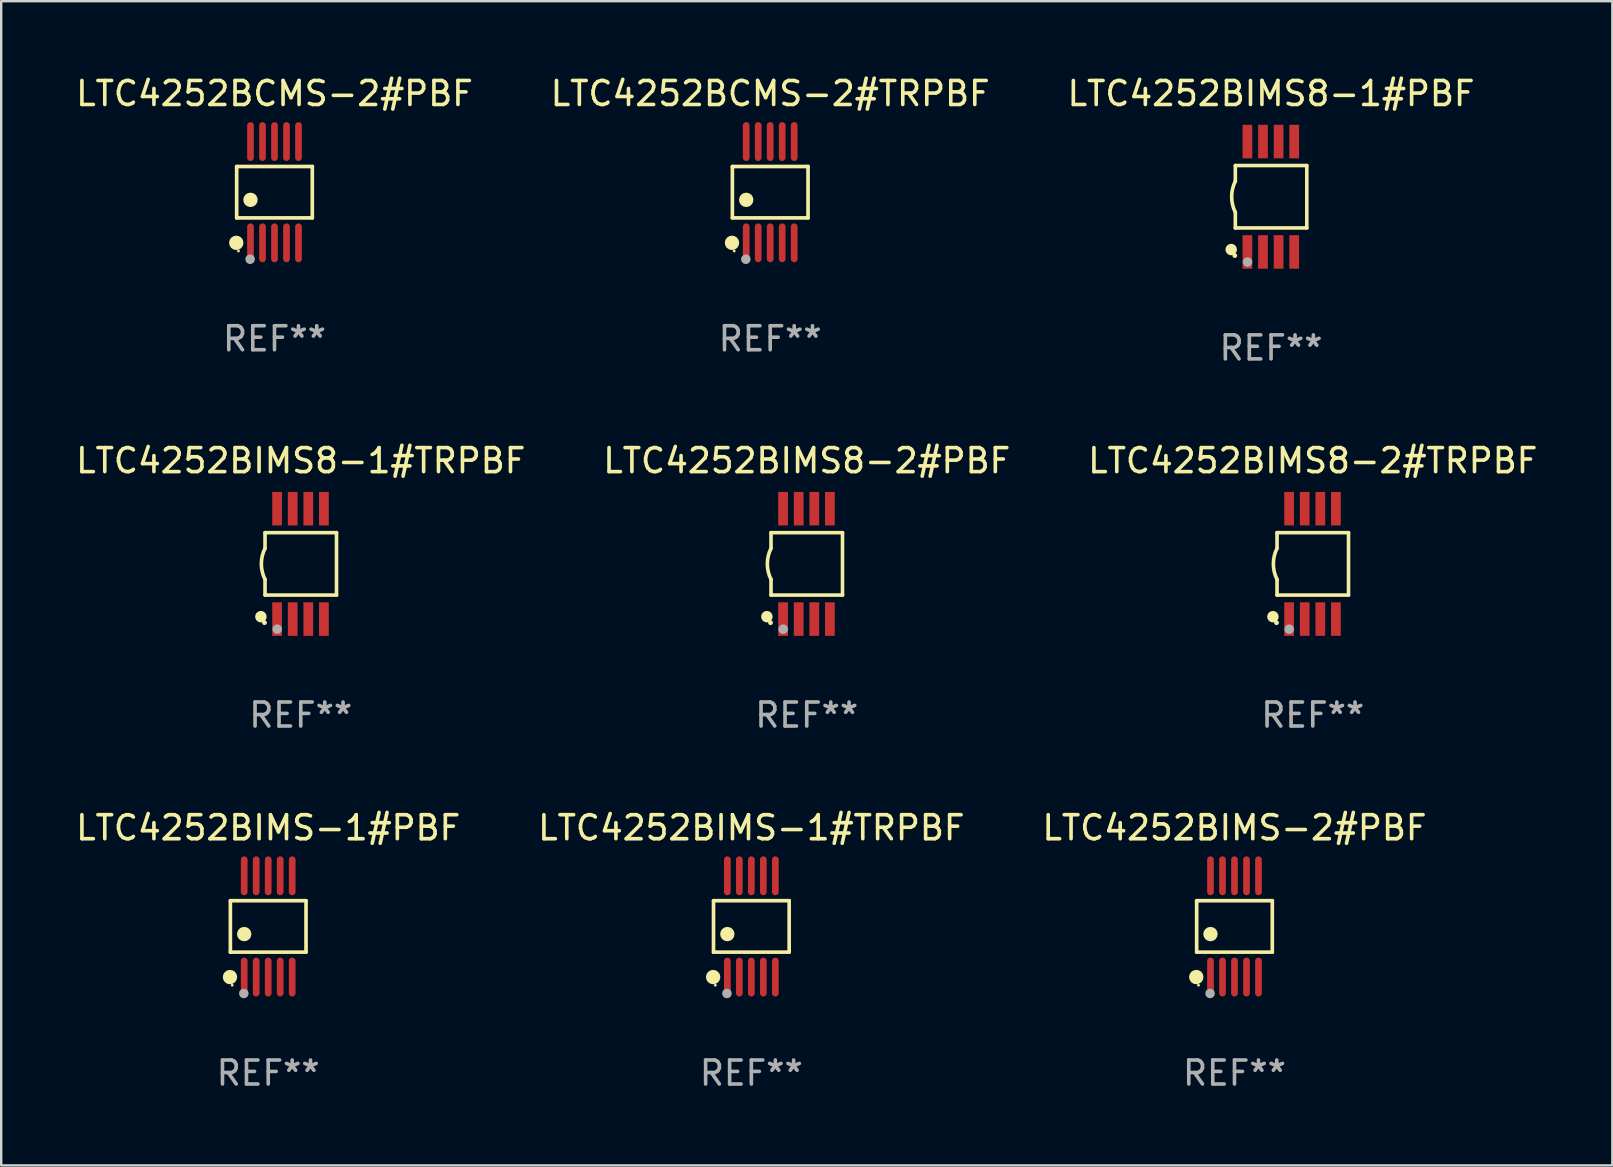
<source format=kicad_pcb>
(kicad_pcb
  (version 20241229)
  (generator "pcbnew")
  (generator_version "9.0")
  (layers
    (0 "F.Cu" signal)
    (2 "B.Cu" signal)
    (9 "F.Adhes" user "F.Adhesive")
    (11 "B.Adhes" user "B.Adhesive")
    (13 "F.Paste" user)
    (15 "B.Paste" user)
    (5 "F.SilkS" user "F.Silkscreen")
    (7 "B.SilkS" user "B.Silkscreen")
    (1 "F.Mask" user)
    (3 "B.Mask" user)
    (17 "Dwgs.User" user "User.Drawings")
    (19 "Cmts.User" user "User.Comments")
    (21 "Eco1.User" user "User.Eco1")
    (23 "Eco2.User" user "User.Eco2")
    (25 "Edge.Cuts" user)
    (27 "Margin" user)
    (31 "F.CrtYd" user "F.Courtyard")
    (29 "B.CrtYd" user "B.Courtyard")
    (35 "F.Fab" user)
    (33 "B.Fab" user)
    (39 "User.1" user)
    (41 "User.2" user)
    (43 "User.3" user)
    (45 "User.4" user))
  (footprint "LTC4252BIMS-2#PBF"
    (layer "F.Cu")
    (at 48.387 35.551)
    (property "Reference" "LTC4252BIMS-2#PBF" (at 0 -4.11 0) (layer "F.SilkS") (effects (font (size 1 1) (thickness 0.15))))
    (attr through_hole)
    (fp_line (start -1.576 -1.071) (end 1.576 -1.071) (stroke (width 0.152) (type solid)) (layer "F.SilkS"))
    (fp_line (start -1.576 1.071) (end -1.576 -1.071) (stroke (width 0.152) (type solid)) (layer "F.SilkS"))
    (fp_line (start 1.576 -1.071) (end 1.576 1.071) (stroke (width 0.152) (type solid)) (layer "F.SilkS"))
    (fp_line (start 1.576 1.071) (end -1.576 1.071) (stroke (width 0.152) (type solid)) (layer "F.SilkS"))
    (fp_circle (center -1.592 2.11) (end -1.442 2.11) (stroke (width 0.3) (type solid)) (fill no) (layer "F.SilkS"))
    (fp_circle (center -1.5 2.45) (end -1.47 2.45) (stroke (width 0.06) (type solid)) (fill no) (layer "F.SilkS"))
    (fp_circle (center -1 0.319) (end -0.85 0.319) (stroke (width 0.3) (type solid)) (fill no) (layer "F.SilkS"))
    (fp_circle (center -1.016 2.794) (end -0.916 2.794) (stroke (width 0.2) (type solid)) (fill no) (layer "F.Fab"))
    (fp_text user "REF**" (at 0 6.11 0) (layer "F.Fab") (effects (font (size 1 1) (thickness 0.15))))
    (pad "1" smd oval (at -1 2.11) (size 0.28 1.62) (layers "F.Cu" "F.Mask" "F.Paste"))
    (pad "2" smd oval (at -0.5 2.11) (size 0.28 1.62) (layers "F.Cu" "F.Mask" "F.Paste"))
    (pad "3" smd oval (at 0 2.11) (size 0.28 1.62) (layers "F.Cu" "F.Mask" "F.Paste"))
    (pad "4" smd oval (at 0.5 2.11) (size 0.28 1.62) (layers "F.Cu" "F.Mask" "F.Paste"))
    (pad "5" smd oval (at 1 2.11) (size 0.28 1.62) (layers "F.Cu" "F.Mask" "F.Paste"))
    (pad "6" smd oval (at 1 -2.11) (size 0.28 1.62) (layers "F.Cu" "F.Mask" "F.Paste"))
    (pad "7" smd oval (at 0.5 -2.11) (size 0.28 1.62) (layers "F.Cu" "F.Mask" "F.Paste"))
    (pad "8" smd oval (at 0 -2.11) (size 0.28 1.62) (layers "F.Cu" "F.Mask" "F.Paste"))
    (pad "9" smd oval (at -0.5 -2.11) (size 0.28 1.62) (layers "F.Cu" "F.Mask" "F.Paste"))
    (pad "10" smd oval (at -1 -2.11) (size 0.28 1.62) (layers "F.Cu" "F.Mask" "F.Paste")))
  (footprint "LTC4252BIMS8-1#PBF"
    (layer "F.Cu")
    (at 49.911 5.148)
    (property "Reference" "LTC4252BIMS8-1#PBF" (at 0 -4.3 0) (layer "F.SilkS") (effects (font (size 1 1) (thickness 0.15))))
    (attr through_hole)
    (fp_line (start -1.489 -1.3) (end -1.489 -0.648) (stroke (width 0.15) (type solid)) (layer "F.SilkS"))
    (fp_line (start -1.489 0.648) (end -1.489 1.3) (stroke (width 0.15) (type solid)) (layer "F.SilkS"))
    (fp_line (start -1.489 1.3) (end 1.489 1.3) (stroke (width 0.15) (type solid)) (layer "F.SilkS"))
    (fp_line (start 1.489 -1.3) (end -1.489 -1.3) (stroke (width 0.15) (type solid)) (layer "F.SilkS"))
    (fp_line (start 1.489 1.3) (end 1.489 -1.3) (stroke (width 0.15) (type solid)) (layer "F.SilkS"))
    (fp_arc (start -1.489205 0.647702) (mid -1.642107 0) (end -1.489205 -0.647701) (stroke (width 0.150013) (type solid)) (layer "F.SilkS"))
    (fp_circle (center -1.661 2.2) (end -1.541 2.2) (stroke (width 0.24) (type solid)) (fill no) (layer "F.SilkS"))
    (fp_circle (center -1.511 2.45) (end -1.461 2.45) (stroke (width 0.1) (type solid)) (fill no) (layer "F.SilkS"))
    (fp_circle (center -0.981 2.72) (end -0.881 2.72) (stroke (width 0.2) (type solid)) (fill no) (layer "F.Fab"))
    (fp_text user "REF**" (at 0 6.3 0) (layer "F.Fab") (effects (font (size 1 1) (thickness 0.15))))
    (pad "1" smd rect (at -0.986 2.3) (size 0.406 1.397) (layers "F.Cu" "F.Mask" "F.Paste"))
    (pad "2" smd rect (at -0.336 2.3) (size 0.406 1.397) (layers "F.Cu" "F.Mask" "F.Paste"))
    (pad "3" smd rect (at 0.314 2.3) (size 0.406 1.397) (layers "F.Cu" "F.Mask" "F.Paste"))
    (pad "4" smd rect (at 0.964 2.3) (size 0.406 1.397) (layers "F.Cu" "F.Mask" "F.Paste"))
    (pad "5" smd rect (at 0.964 -2.3) (size 0.406 1.397) (layers "F.Cu" "F.Mask" "F.Paste"))
    (pad "6" smd rect (at 0.314 -2.3) (size 0.406 1.397) (layers "F.Cu" "F.Mask" "F.Paste"))
    (pad "7" smd rect (at -0.336 -2.3) (size 0.406 1.397) (layers "F.Cu" "F.Mask" "F.Paste"))
    (pad "8" smd rect (at -0.986 -2.3) (size 0.406 1.397) (layers "F.Cu" "F.Mask" "F.Paste")))
  (footprint "LTC4252BCMS-2#TRPBF"
    (layer "F.Cu")
    (at 29.042 4.958)
    (property "Reference" "LTC4252BCMS-2#TRPBF" (at 0 -4.11 0) (layer "F.SilkS") (effects (font (size 1 1) (thickness 0.15))))
    (attr through_hole)
    (fp_line (start -1.576 -1.071) (end 1.576 -1.071) (stroke (width 0.152) (type solid)) (layer "F.SilkS"))
    (fp_line (start -1.576 1.071) (end -1.576 -1.071) (stroke (width 0.152) (type solid)) (layer "F.SilkS"))
    (fp_line (start 1.576 -1.071) (end 1.576 1.071) (stroke (width 0.152) (type solid)) (layer "F.SilkS"))
    (fp_line (start 1.576 1.071) (end -1.576 1.071) (stroke (width 0.152) (type solid)) (layer "F.SilkS"))
    (fp_circle (center -1.592 2.11) (end -1.442 2.11) (stroke (width 0.3) (type solid)) (fill no) (layer "F.SilkS"))
    (fp_circle (center -1.5 2.45) (end -1.47 2.45) (stroke (width 0.06) (type solid)) (fill no) (layer "F.SilkS"))
    (fp_circle (center -1 0.319) (end -0.85 0.319) (stroke (width 0.3) (type solid)) (fill no) (layer "F.SilkS"))
    (fp_circle (center -1.016 2.794) (end -0.916 2.794) (stroke (width 0.2) (type solid)) (fill no) (layer "F.Fab"))
    (fp_text user "REF**" (at 0 6.11 0) (layer "F.Fab") (effects (font (size 1 1) (thickness 0.15))))
    (pad "1" smd oval (at -1 2.11) (size 0.28 1.62) (layers "F.Cu" "F.Mask" "F.Paste"))
    (pad "2" smd oval (at -0.5 2.11) (size 0.28 1.62) (layers "F.Cu" "F.Mask" "F.Paste"))
    (pad "3" smd oval (at 0 2.11) (size 0.28 1.62) (layers "F.Cu" "F.Mask" "F.Paste"))
    (pad "4" smd oval (at 0.5 2.11) (size 0.28 1.62) (layers "F.Cu" "F.Mask" "F.Paste"))
    (pad "5" smd oval (at 1 2.11) (size 0.28 1.62) (layers "F.Cu" "F.Mask" "F.Paste"))
    (pad "6" smd oval (at 1 -2.11) (size 0.28 1.62) (layers "F.Cu" "F.Mask" "F.Paste"))
    (pad "7" smd oval (at 0.5 -2.11) (size 0.28 1.62) (layers "F.Cu" "F.Mask" "F.Paste"))
    (pad "8" smd oval (at 0 -2.11) (size 0.28 1.62) (layers "F.Cu" "F.Mask" "F.Paste"))
    (pad "9" smd oval (at -0.5 -2.11) (size 0.28 1.62) (layers "F.Cu" "F.Mask" "F.Paste"))
    (pad "10" smd oval (at -1 -2.11) (size 0.28 1.62) (layers "F.Cu" "F.Mask" "F.Paste")))
  (footprint "LTC4252BIMS-1#TRPBF"
    (layer "F.Cu")
    (at 28.256 35.551)
    (property "Reference" "LTC4252BIMS-1#TRPBF" (at 0 -4.11 0) (layer "F.SilkS") (effects (font (size 1 1) (thickness 0.15))))
    (attr through_hole)
    (fp_line (start -1.576 -1.071) (end 1.576 -1.071) (stroke (width 0.152) (type solid)) (layer "F.SilkS"))
    (fp_line (start -1.576 1.071) (end -1.576 -1.071) (stroke (width 0.152) (type solid)) (layer "F.SilkS"))
    (fp_line (start 1.576 -1.071) (end 1.576 1.071) (stroke (width 0.152) (type solid)) (layer "F.SilkS"))
    (fp_line (start 1.576 1.071) (end -1.576 1.071) (stroke (width 0.152) (type solid)) (layer "F.SilkS"))
    (fp_circle (center -1.592 2.11) (end -1.442 2.11) (stroke (width 0.3) (type solid)) (fill no) (layer "F.SilkS"))
    (fp_circle (center -1.5 2.45) (end -1.47 2.45) (stroke (width 0.06) (type solid)) (fill no) (layer "F.SilkS"))
    (fp_circle (center -1 0.319) (end -0.85 0.319) (stroke (width 0.3) (type solid)) (fill no) (layer "F.SilkS"))
    (fp_circle (center -1.016 2.794) (end -0.916 2.794) (stroke (width 0.2) (type solid)) (fill no) (layer "F.Fab"))
    (fp_text user "REF**" (at 0 6.11 0) (layer "F.Fab") (effects (font (size 1 1) (thickness 0.15))))
    (pad "1" smd oval (at -1 2.11) (size 0.28 1.62) (layers "F.Cu" "F.Mask" "F.Paste"))
    (pad "2" smd oval (at -0.5 2.11) (size 0.28 1.62) (layers "F.Cu" "F.Mask" "F.Paste"))
    (pad "3" smd oval (at 0 2.11) (size 0.28 1.62) (layers "F.Cu" "F.Mask" "F.Paste"))
    (pad "4" smd oval (at 0.5 2.11) (size 0.28 1.62) (layers "F.Cu" "F.Mask" "F.Paste"))
    (pad "5" smd oval (at 1 2.11) (size 0.28 1.62) (layers "F.Cu" "F.Mask" "F.Paste"))
    (pad "6" smd oval (at 1 -2.11) (size 0.28 1.62) (layers "F.Cu" "F.Mask" "F.Paste"))
    (pad "7" smd oval (at 0.5 -2.11) (size 0.28 1.62) (layers "F.Cu" "F.Mask" "F.Paste"))
    (pad "8" smd oval (at 0 -2.11) (size 0.28 1.62) (layers "F.Cu" "F.Mask" "F.Paste"))
    (pad "9" smd oval (at -0.5 -2.11) (size 0.28 1.62) (layers "F.Cu" "F.Mask" "F.Paste"))
    (pad "10" smd oval (at -1 -2.11) (size 0.28 1.62) (layers "F.Cu" "F.Mask" "F.Paste")))
  (footprint "LTC4252BIMS8-2#TRPBF"
    (layer "F.Cu")
    (at 51.649 20.445)
    (property "Reference" "LTC4252BIMS8-2#TRPBF" (at 0 -4.3 0) (layer "F.SilkS") (effects (font (size 1 1) (thickness 0.15))))
    (attr through_hole)
    (fp_line (start -1.489 -1.3) (end -1.489 -0.648) (stroke (width 0.15) (type solid)) (layer "F.SilkS"))
    (fp_line (start -1.489 0.648) (end -1.489 1.3) (stroke (width 0.15) (type solid)) (layer "F.SilkS"))
    (fp_line (start -1.489 1.3) (end 1.489 1.3) (stroke (width 0.15) (type solid)) (layer "F.SilkS"))
    (fp_line (start 1.489 -1.3) (end -1.489 -1.3) (stroke (width 0.15) (type solid)) (layer "F.SilkS"))
    (fp_line (start 1.489 1.3) (end 1.489 -1.3) (stroke (width 0.15) (type solid)) (layer "F.SilkS"))
    (fp_arc (start -1.489205 0.647702) (mid -1.642107 0) (end -1.489205 -0.647701) (stroke (width 0.150013) (type solid)) (layer "F.SilkS"))
    (fp_circle (center -1.661 2.2) (end -1.541 2.2) (stroke (width 0.24) (type solid)) (fill no) (layer "F.SilkS"))
    (fp_circle (center -1.511 2.45) (end -1.461 2.45) (stroke (width 0.1) (type solid)) (fill no) (layer "F.SilkS"))
    (fp_circle (center -0.981 2.72) (end -0.881 2.72) (stroke (width 0.2) (type solid)) (fill no) (layer "F.Fab"))
    (fp_text user "REF**" (at 0 6.3 0) (layer "F.Fab") (effects (font (size 1 1) (thickness 0.15))))
    (pad "1" smd rect (at -0.986 2.3) (size 0.406 1.397) (layers "F.Cu" "F.Mask" "F.Paste"))
    (pad "2" smd rect (at -0.336 2.3) (size 0.406 1.397) (layers "F.Cu" "F.Mask" "F.Paste"))
    (pad "3" smd rect (at 0.314 2.3) (size 0.406 1.397) (layers "F.Cu" "F.Mask" "F.Paste"))
    (pad "4" smd rect (at 0.964 2.3) (size 0.406 1.397) (layers "F.Cu" "F.Mask" "F.Paste"))
    (pad "5" smd rect (at 0.964 -2.3) (size 0.406 1.397) (layers "F.Cu" "F.Mask" "F.Paste"))
    (pad "6" smd rect (at 0.314 -2.3) (size 0.406 1.397) (layers "F.Cu" "F.Mask" "F.Paste"))
    (pad "7" smd rect (at -0.336 -2.3) (size 0.406 1.397) (layers "F.Cu" "F.Mask" "F.Paste"))
    (pad "8" smd rect (at -0.986 -2.3) (size 0.406 1.397) (layers "F.Cu" "F.Mask" "F.Paste")))
  (footprint "LTC4252BIMS8-2#PBF"
    (layer "F.Cu")
    (at 30.565 20.445)
    (property "Reference" "LTC4252BIMS8-2#PBF" (at 0 -4.3 0) (layer "F.SilkS") (effects (font (size 1 1) (thickness 0.15))))
    (attr through_hole)
    (fp_line (start -1.489 -1.3) (end -1.489 -0.648) (stroke (width 0.15) (type solid)) (layer "F.SilkS"))
    (fp_line (start -1.489 0.648) (end -1.489 1.3) (stroke (width 0.15) (type solid)) (layer "F.SilkS"))
    (fp_line (start -1.489 1.3) (end 1.489 1.3) (stroke (width 0.15) (type solid)) (layer "F.SilkS"))
    (fp_line (start 1.489 -1.3) (end -1.489 -1.3) (stroke (width 0.15) (type solid)) (layer "F.SilkS"))
    (fp_line (start 1.489 1.3) (end 1.489 -1.3) (stroke (width 0.15) (type solid)) (layer "F.SilkS"))
    (fp_arc (start -1.489205 0.647702) (mid -1.642107 0) (end -1.489205 -0.647701) (stroke (width 0.150013) (type solid)) (layer "F.SilkS"))
    (fp_circle (center -1.661 2.2) (end -1.541 2.2) (stroke (width 0.24) (type solid)) (fill no) (layer "F.SilkS"))
    (fp_circle (center -1.511 2.45) (end -1.461 2.45) (stroke (width 0.1) (type solid)) (fill no) (layer "F.SilkS"))
    (fp_circle (center -0.981 2.72) (end -0.881 2.72) (stroke (width 0.2) (type solid)) (fill no) (layer "F.Fab"))
    (fp_text user "REF**" (at 0 6.3 0) (layer "F.Fab") (effects (font (size 1 1) (thickness 0.15))))
    (pad "1" smd rect (at -0.986 2.3) (size 0.406 1.397) (layers "F.Cu" "F.Mask" "F.Paste"))
    (pad "2" smd rect (at -0.336 2.3) (size 0.406 1.397) (layers "F.Cu" "F.Mask" "F.Paste"))
    (pad "3" smd rect (at 0.314 2.3) (size 0.406 1.397) (layers "F.Cu" "F.Mask" "F.Paste"))
    (pad "4" smd rect (at 0.964 2.3) (size 0.406 1.397) (layers "F.Cu" "F.Mask" "F.Paste"))
    (pad "5" smd rect (at 0.964 -2.3) (size 0.406 1.397) (layers "F.Cu" "F.Mask" "F.Paste"))
    (pad "6" smd rect (at 0.314 -2.3) (size 0.406 1.397) (layers "F.Cu" "F.Mask" "F.Paste"))
    (pad "7" smd rect (at -0.336 -2.3) (size 0.406 1.397) (layers "F.Cu" "F.Mask" "F.Paste"))
    (pad "8" smd rect (at -0.986 -2.3) (size 0.406 1.397) (layers "F.Cu" "F.Mask" "F.Paste")))
  (footprint "LTC4252BIMS-1#PBF"
    (layer "F.Cu")
    (at 8.125 35.551)
    (property "Reference" "LTC4252BIMS-1#PBF" (at 0 -4.11 0) (layer "F.SilkS") (effects (font (size 1 1) (thickness 0.15))))
    (attr through_hole)
    (fp_line (start -1.576 -1.071) (end 1.576 -1.071) (stroke (width 0.152) (type solid)) (layer "F.SilkS"))
    (fp_line (start -1.576 1.071) (end -1.576 -1.071) (stroke (width 0.152) (type solid)) (layer "F.SilkS"))
    (fp_line (start 1.576 -1.071) (end 1.576 1.071) (stroke (width 0.152) (type solid)) (layer "F.SilkS"))
    (fp_line (start 1.576 1.071) (end -1.576 1.071) (stroke (width 0.152) (type solid)) (layer "F.SilkS"))
    (fp_circle (center -1.592 2.11) (end -1.442 2.11) (stroke (width 0.3) (type solid)) (fill no) (layer "F.SilkS"))
    (fp_circle (center -1.5 2.45) (end -1.47 2.45) (stroke (width 0.06) (type solid)) (fill no) (layer "F.SilkS"))
    (fp_circle (center -1 0.319) (end -0.85 0.319) (stroke (width 0.3) (type solid)) (fill no) (layer "F.SilkS"))
    (fp_circle (center -1.016 2.794) (end -0.916 2.794) (stroke (width 0.2) (type solid)) (fill no) (layer "F.Fab"))
    (fp_text user "REF**" (at 0 6.11 0) (layer "F.Fab") (effects (font (size 1 1) (thickness 0.15))))
    (pad "1" smd oval (at -1 2.11) (size 0.28 1.62) (layers "F.Cu" "F.Mask" "F.Paste"))
    (pad "2" smd oval (at -0.5 2.11) (size 0.28 1.62) (layers "F.Cu" "F.Mask" "F.Paste"))
    (pad "3" smd oval (at 0 2.11) (size 0.28 1.62) (layers "F.Cu" "F.Mask" "F.Paste"))
    (pad "4" smd oval (at 0.5 2.11) (size 0.28 1.62) (layers "F.Cu" "F.Mask" "F.Paste"))
    (pad "5" smd oval (at 1 2.11) (size 0.28 1.62) (layers "F.Cu" "F.Mask" "F.Paste"))
    (pad "6" smd oval (at 1 -2.11) (size 0.28 1.62) (layers "F.Cu" "F.Mask" "F.Paste"))
    (pad "7" smd oval (at 0.5 -2.11) (size 0.28 1.62) (layers "F.Cu" "F.Mask" "F.Paste"))
    (pad "8" smd oval (at 0 -2.11) (size 0.28 1.62) (layers "F.Cu" "F.Mask" "F.Paste"))
    (pad "9" smd oval (at -0.5 -2.11) (size 0.28 1.62) (layers "F.Cu" "F.Mask" "F.Paste"))
    (pad "10" smd oval (at -1 -2.11) (size 0.28 1.62) (layers "F.Cu" "F.Mask" "F.Paste")))
  (footprint "LTC4252BIMS8-1#TRPBF"
    (layer "F.Cu")
    (at 9.482 20.445)
    (property "Reference" "LTC4252BIMS8-1#TRPBF" (at 0 -4.3 0) (layer "F.SilkS") (effects (font (size 1 1) (thickness 0.15))))
    (attr through_hole)
    (fp_line (start -1.489 -1.3) (end -1.489 -0.648) (stroke (width 0.15) (type solid)) (layer "F.SilkS"))
    (fp_line (start -1.489 0.648) (end -1.489 1.3) (stroke (width 0.15) (type solid)) (layer "F.SilkS"))
    (fp_line (start -1.489 1.3) (end 1.489 1.3) (stroke (width 0.15) (type solid)) (layer "F.SilkS"))
    (fp_line (start 1.489 -1.3) (end -1.489 -1.3) (stroke (width 0.15) (type solid)) (layer "F.SilkS"))
    (fp_line (start 1.489 1.3) (end 1.489 -1.3) (stroke (width 0.15) (type solid)) (layer "F.SilkS"))
    (fp_arc (start -1.489205 0.647702) (mid -1.642107 0) (end -1.489205 -0.647701) (stroke (width 0.150013) (type solid)) (layer "F.SilkS"))
    (fp_circle (center -1.661 2.2) (end -1.541 2.2) (stroke (width 0.24) (type solid)) (fill no) (layer "F.SilkS"))
    (fp_circle (center -1.511 2.45) (end -1.461 2.45) (stroke (width 0.1) (type solid)) (fill no) (layer "F.SilkS"))
    (fp_circle (center -0.981 2.72) (end -0.881 2.72) (stroke (width 0.2) (type solid)) (fill no) (layer "F.Fab"))
    (fp_text user "REF**" (at 0 6.3 0) (layer "F.Fab") (effects (font (size 1 1) (thickness 0.15))))
    (pad "1" smd rect (at -0.986 2.3) (size 0.406 1.397) (layers "F.Cu" "F.Mask" "F.Paste"))
    (pad "2" smd rect (at -0.336 2.3) (size 0.406 1.397) (layers "F.Cu" "F.Mask" "F.Paste"))
    (pad "3" smd rect (at 0.314 2.3) (size 0.406 1.397) (layers "F.Cu" "F.Mask" "F.Paste"))
    (pad "4" smd rect (at 0.964 2.3) (size 0.406 1.397) (layers "F.Cu" "F.Mask" "F.Paste"))
    (pad "5" smd rect (at 0.964 -2.3) (size 0.406 1.397) (layers "F.Cu" "F.Mask" "F.Paste"))
    (pad "6" smd rect (at 0.314 -2.3) (size 0.406 1.397) (layers "F.Cu" "F.Mask" "F.Paste"))
    (pad "7" smd rect (at -0.336 -2.3) (size 0.406 1.397) (layers "F.Cu" "F.Mask" "F.Paste"))
    (pad "8" smd rect (at -0.986 -2.3) (size 0.406 1.397) (layers "F.Cu" "F.Mask" "F.Paste")))
  (footprint "LTC4252BCMS-2#PBF"
    (layer "F.Cu")
    (at 8.387 4.958)
    (property "Reference" "LTC4252BCMS-2#PBF" (at 0 -4.11 0) (layer "F.SilkS") (effects (font (size 1 1) (thickness 0.15))))
    (attr through_hole)
    (fp_line (start -1.576 -1.071) (end 1.576 -1.071) (stroke (width 0.152) (type solid)) (layer "F.SilkS"))
    (fp_line (start -1.576 1.071) (end -1.576 -1.071) (stroke (width 0.152) (type solid)) (layer "F.SilkS"))
    (fp_line (start 1.576 -1.071) (end 1.576 1.071) (stroke (width 0.152) (type solid)) (layer "F.SilkS"))
    (fp_line (start 1.576 1.071) (end -1.576 1.071) (stroke (width 0.152) (type solid)) (layer "F.SilkS"))
    (fp_circle (center -1.592 2.11) (end -1.442 2.11) (stroke (width 0.3) (type solid)) (fill no) (layer "F.SilkS"))
    (fp_circle (center -1.5 2.45) (end -1.47 2.45) (stroke (width 0.06) (type solid)) (fill no) (layer "F.SilkS"))
    (fp_circle (center -1 0.319) (end -0.85 0.319) (stroke (width 0.3) (type solid)) (fill no) (layer "F.SilkS"))
    (fp_circle (center -1.016 2.794) (end -0.916 2.794) (stroke (width 0.2) (type solid)) (fill no) (layer "F.Fab"))
    (fp_text user "REF**" (at 0 6.11 0) (layer "F.Fab") (effects (font (size 1 1) (thickness 0.15))))
    (pad "1" smd oval (at -1 2.11) (size 0.28 1.62) (layers "F.Cu" "F.Mask" "F.Paste"))
    (pad "2" smd oval (at -0.5 2.11) (size 0.28 1.62) (layers "F.Cu" "F.Mask" "F.Paste"))
    (pad "3" smd oval (at 0 2.11) (size 0.28 1.62) (layers "F.Cu" "F.Mask" "F.Paste"))
    (pad "4" smd oval (at 0.5 2.11) (size 0.28 1.62) (layers "F.Cu" "F.Mask" "F.Paste"))
    (pad "5" smd oval (at 1 2.11) (size 0.28 1.62) (layers "F.Cu" "F.Mask" "F.Paste"))
    (pad "6" smd oval (at 1 -2.11) (size 0.28 1.62) (layers "F.Cu" "F.Mask" "F.Paste"))
    (pad "7" smd oval (at 0.5 -2.11) (size 0.28 1.62) (layers "F.Cu" "F.Mask" "F.Paste"))
    (pad "8" smd oval (at 0 -2.11) (size 0.28 1.62) (layers "F.Cu" "F.Mask" "F.Paste"))
    (pad "9" smd oval (at -0.5 -2.11) (size 0.28 1.62) (layers "F.Cu" "F.Mask" "F.Paste"))
    (pad "10" smd oval (at -1 -2.11) (size 0.28 1.62) (layers "F.Cu" "F.Mask" "F.Paste")))
  (gr_rect
    (start -3 -3)
    (end 64.131 45.509)
    (stroke (width 0.1) (type default))
    (fill no)
    (layer "Edge.Cuts")))
</source>
